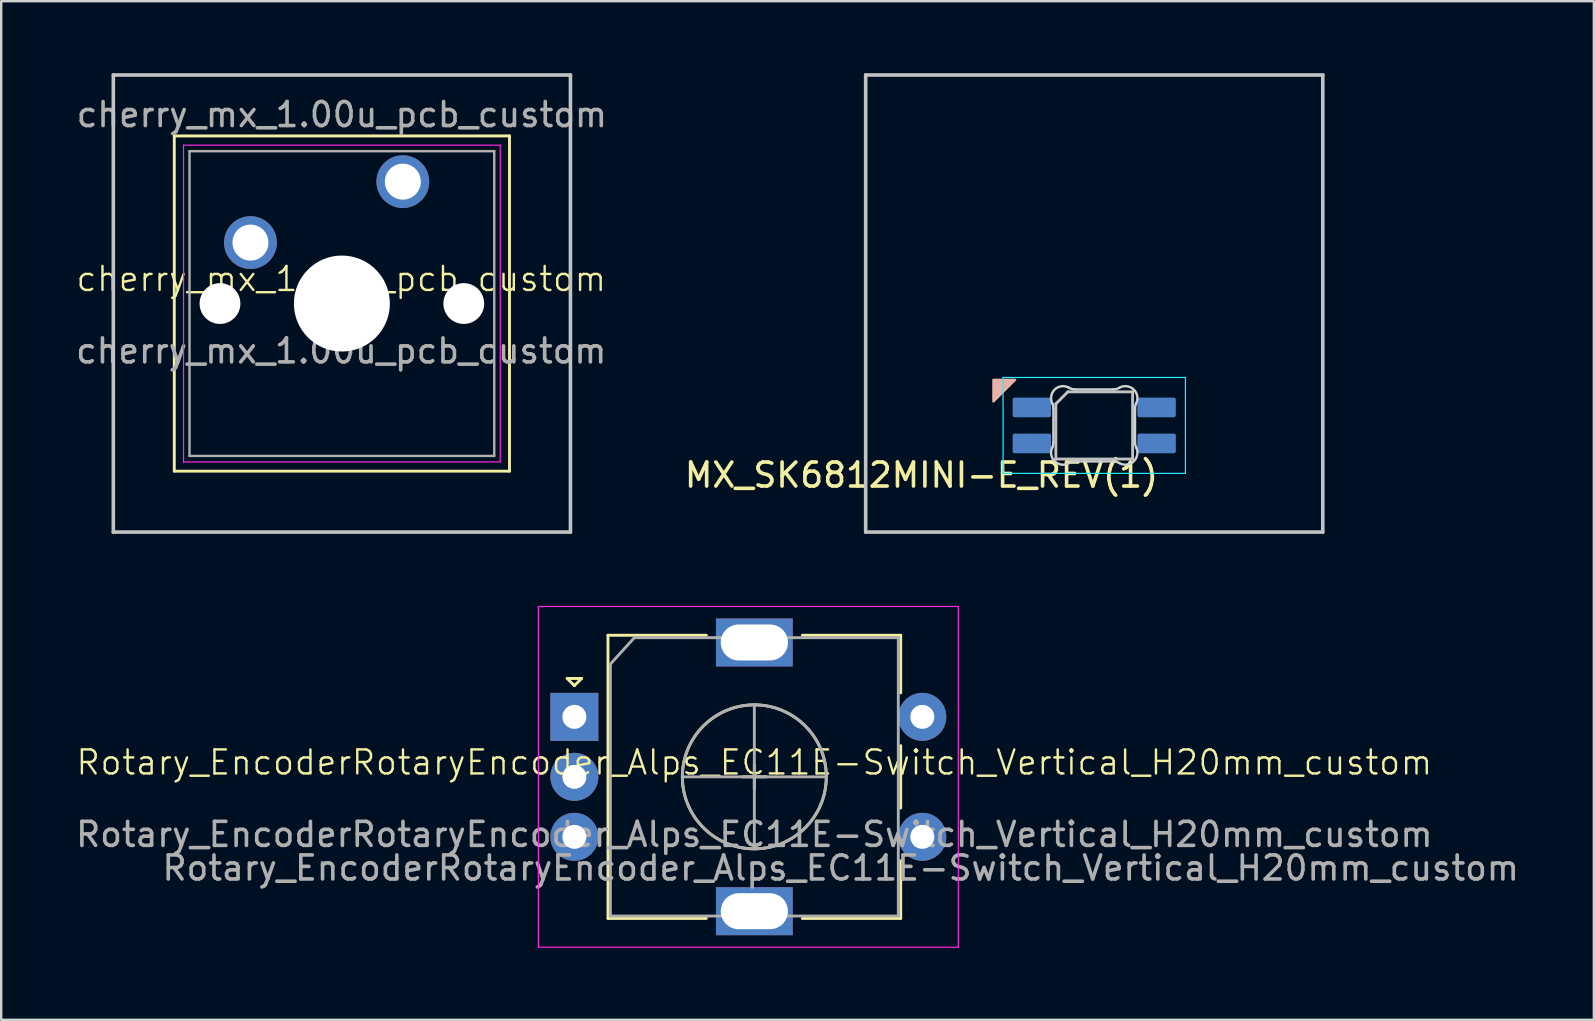
<source format=kicad_pcb>
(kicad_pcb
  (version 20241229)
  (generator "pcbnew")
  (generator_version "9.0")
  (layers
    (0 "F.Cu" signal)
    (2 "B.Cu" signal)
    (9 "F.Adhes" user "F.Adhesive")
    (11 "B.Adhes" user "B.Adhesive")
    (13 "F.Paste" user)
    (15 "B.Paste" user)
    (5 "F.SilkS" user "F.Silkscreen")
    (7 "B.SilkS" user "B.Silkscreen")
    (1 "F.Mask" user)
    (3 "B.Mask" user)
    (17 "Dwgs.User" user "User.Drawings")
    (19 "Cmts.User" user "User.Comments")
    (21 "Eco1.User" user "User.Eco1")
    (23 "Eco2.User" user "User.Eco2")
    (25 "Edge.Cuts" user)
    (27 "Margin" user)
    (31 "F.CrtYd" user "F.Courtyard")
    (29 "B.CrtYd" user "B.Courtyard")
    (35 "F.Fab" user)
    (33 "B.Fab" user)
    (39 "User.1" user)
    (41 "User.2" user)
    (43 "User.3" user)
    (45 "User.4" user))
  (footprint "cherry_mx_1.00u_pcb_custom"
    (layer "F.Cu")
    (at 11.173 9.575)
    (property "Reference" "cherry_mx_1.00u_pcb_custom" (at 0 -1 0) (unlocked yes) (layer "F.SilkS") (effects (font (size 1 1) (thickness 0.1))))
    (attr through_hole)
    (fp_line (start -6.96 -6.96) (end 7.01 -6.96) (stroke (width 0.12) (type solid)) (layer "F.SilkS"))
    (fp_line (start -6.96 7.01) (end -6.96 -6.96) (stroke (width 0.12) (type solid)) (layer "F.SilkS"))
    (fp_line (start 7.01 -6.96) (end 7.01 7.01) (stroke (width 0.12) (type solid)) (layer "F.SilkS"))
    (fp_line (start 7.01 7.01) (end -6.96 7.01) (stroke (width 0.12) (type solid)) (layer "F.SilkS"))
    (fp_line (start -9.5 -9.5) (end 9.55 -9.5) (stroke (width 0.15) (type solid)) (layer "Dwgs.User"))
    (fp_line (start -9.5 9.55) (end -9.5 -9.5) (stroke (width 0.15) (type solid)) (layer "Dwgs.User"))
    (fp_line (start 9.55 -9.5) (end 9.55 9.55) (stroke (width 0.15) (type solid)) (layer "Dwgs.User"))
    (fp_line (start 9.55 9.55) (end -9.5 9.55) (stroke (width 0.15) (type solid)) (layer "Dwgs.User"))
    (fp_line (start -6.575 -6.575) (end 6.625 -6.575) (stroke (width 0.05) (type solid)) (layer "F.CrtYd"))
    (fp_line (start -6.575 6.625) (end -6.575 -6.575) (stroke (width 0.05) (type solid)) (layer "F.CrtYd"))
    (fp_line (start 6.625 -6.575) (end 6.625 6.625) (stroke (width 0.05) (type solid)) (layer "F.CrtYd"))
    (fp_line (start 6.625 6.625) (end -6.575 6.625) (stroke (width 0.05) (type solid)) (layer "F.CrtYd"))
    (fp_line (start -6.325 -6.325) (end 6.375 -6.325) (stroke (width 0.1) (type solid)) (layer "F.Fab"))
    (fp_line (start -6.325 6.375) (end -6.325 -6.325) (stroke (width 0.1) (type solid)) (layer "F.Fab"))
    (fp_line (start 6.375 -6.325) (end 6.375 6.375) (stroke (width 0.1) (type solid)) (layer "F.Fab"))
    (fp_line (start 6.375 6.375) (end -6.325 6.375) (stroke (width 0.1) (type solid)) (layer "F.Fab"))
    (fp_text user "${REFERENCE}" (at 0 2 0) (unlocked yes) (layer "F.Fab") (effects (font (size 1 1) (thickness 0.15))))
    (fp_text user "${REFERENCE}" (at 0.025 -7.849 0) (layer "F.Fab") (effects (font (size 1 1) (thickness 0.15))))
    (pad "" np_thru_hole circle (at -5.055 0.025) (size 1.7 1.7) (drill 1.7) (layers "*.Cu" "*.Mask"))
    (pad "" np_thru_hole circle (at 0.025 0.025) (size 4 4) (drill 4) (layers "*.Cu" "*.Mask"))
    (pad "" np_thru_hole circle (at 5.105 0.025) (size 1.7 1.7) (drill 1.7) (layers "*.Cu" "*.Mask"))
    (pad "1" thru_hole circle (at 2.565 -5.055) (size 2.2 2.2) (drill 1.5) (layers "*.Cu" "*.Mask"))
    (pad "2" thru_hole circle (at -3.785 -2.515) (size 2.2 2.2) (drill 1.5) (layers "*.Cu" "*.Mask")))
  (footprint "Rotary_EncoderRotaryEncoder_Alps_EC11E-Switch_Vertical_H20mm_custom"
    (layer "F.Cu")
    (at 28.387 29.225)
    (property "Reference" "Rotary_EncoderRotaryEncoder_Alps_EC11E-Switch_Vertical_H20mm_custom" (at 0 -0.5 0) (unlocked yes) (layer "F.SilkS") (effects (font (size 1 1) (thickness 0.1))))
    (attr through_hole)
    (fp_line (start -7.8 -4) (end -7.2 -4) (stroke (width 0.12) (type solid)) (layer "F.SilkS"))
    (fp_line (start -7.5 -3.7) (end -7.8 -4) (stroke (width 0.12) (type solid)) (layer "F.SilkS"))
    (fp_line (start -7.2 -4) (end -7.5 -3.7) (stroke (width 0.12) (type solid)) (layer "F.SilkS"))
    (fp_line (start -6.1 -5.8) (end -6.1 6) (stroke (width 0.12) (type solid)) (layer "F.SilkS"))
    (fp_line (start -2 -5.8) (end -6.1 -5.8) (stroke (width 0.12) (type solid)) (layer "F.SilkS"))
    (fp_line (start -2 6) (end -6.1 6) (stroke (width 0.12) (type solid)) (layer "F.SilkS"))
    (fp_line (start -0.5 0.1) (end 0.5 0.1) (stroke (width 0.12) (type solid)) (layer "F.SilkS"))
    (fp_line (start 0 -0.4) (end 0 0.6) (stroke (width 0.12) (type solid)) (layer "F.SilkS"))
    (fp_line (start 2 -5.8) (end 6.1 -5.8) (stroke (width 0.12) (type solid)) (layer "F.SilkS"))
    (fp_line (start 6.1 -5.8) (end 6.1 -3.4) (stroke (width 0.12) (type solid)) (layer "F.SilkS"))
    (fp_line (start 6.1 -1.2) (end 6.1 1.4) (stroke (width 0.12) (type solid)) (layer "F.SilkS"))
    (fp_line (start 6.1 3.6) (end 6.1 6) (stroke (width 0.12) (type solid)) (layer "F.SilkS"))
    (fp_line (start 6.1 6) (end 2 6) (stroke (width 0.12) (type solid)) (layer "F.SilkS"))
    (fp_circle (center 0 0.1) (end 3 0.1) (stroke (width 0.12) (type solid)) (fill no) (layer "F.SilkS"))
    (fp_line (start -9 -7) (end -9 7.2) (stroke (width 0.05) (type solid)) (layer "F.CrtYd"))
    (fp_line (start -9 -7) (end 8.5 -7) (stroke (width 0.05) (type solid)) (layer "F.CrtYd"))
    (fp_line (start 8.5 7.2) (end -9 7.2) (stroke (width 0.05) (type solid)) (layer "F.CrtYd"))
    (fp_line (start 8.5 7.2) (end 8.5 -7) (stroke (width 0.05) (type solid)) (layer "F.CrtYd"))
    (fp_line (start -6 -4.6) (end -5 -5.7) (stroke (width 0.12) (type solid)) (layer "F.Fab"))
    (fp_line (start -6 5.9) (end -6 -4.6) (stroke (width 0.12) (type solid)) (layer "F.Fab"))
    (fp_line (start -5 -5.7) (end 6 -5.7) (stroke (width 0.12) (type solid)) (layer "F.Fab"))
    (fp_line (start -3 0.1) (end 3 0.1) (stroke (width 0.12) (type solid)) (layer "F.Fab"))
    (fp_line (start 0 -2.9) (end 0 3.1) (stroke (width 0.12) (type solid)) (layer "F.Fab"))
    (fp_line (start 6 -5.7) (end 6 5.9) (stroke (width 0.12) (type solid)) (layer "F.Fab"))
    (fp_line (start 6 5.9) (end -6 5.9) (stroke (width 0.12) (type solid)) (layer "F.Fab"))
    (fp_circle (center 0 0.1) (end 3 0.1) (stroke (width 0.12) (type solid)) (fill no) (layer "F.Fab"))
    (fp_text user "${REFERENCE}" (at 0 2.5 0) (unlocked yes) (layer "F.Fab") (effects (font (size 1 1) (thickness 0.15))))
    (fp_text user "${REFERENCE}" (at 3.6 3.9 0) (layer "F.Fab") (effects (font (size 1 1) (thickness 0.15))))
    (pad "A" thru_hole rect (at -7.5 -2.4) (size 2 2) (drill 1) (layers "*.Cu" "*.Mask"))
    (pad "B" thru_hole circle (at -7.5 2.6) (size 2 2) (drill 1) (layers "*.Cu" "*.Mask"))
    (pad "C" thru_hole circle (at -7.5 0.1) (size 2 2) (drill 1) (layers "*.Cu" "*.Mask"))
    (pad "MP" thru_hole rect (at 0 -5.5) (size 3.2 2) (drill oval 2.8 1.5) (layers "*.Cu" "*.Mask"))
    (pad "MP" thru_hole rect (at 0 5.7) (size 3.2 2) (drill oval 2.8 1.5) (layers "*.Cu" "*.Mask"))
    (pad "S1" thru_hole circle (at 7 2.6) (size 2 2) (drill 1) (layers "*.Cu" "*.Mask"))
    (pad "S2" thru_hole circle (at 7 -2.4) (size 2 2) (drill 1) (layers "*.Cu" "*.Mask")))
  (footprint "MX_SK6812MINI-E_REV(1)"
    (layer "F.Cu")
    (at 42.552 9.6)
    (property "Reference" "MX_SK6812MINI-E_REV(1)" (at -7.2 7.15 0) (layer "F.SilkS") (effects (font (size 1 1) (thickness 0.15))))
    (attr through_hole)
    (fp_poly (pts (xy -4.2 4.08) (xy -3.3 3.18) (xy -4.2 3.18)) (stroke (width 0.1) (type solid)) (fill yes) (layer "B.SilkS"))
    (fp_line (start -9.525 -9.525) (end 9.525 -9.525) (stroke (width 0.15) (type solid)) (layer "Dwgs.User"))
    (fp_line (start -9.525 9.525) (end -9.525 -9.525) (stroke (width 0.15) (type solid)) (layer "Dwgs.User"))
    (fp_line (start -1.6 4.18) (end -1.6 6.48) (stroke (width 0.12) (type solid)) (layer "Dwgs.User"))
    (fp_line (start -1.6 4.18) (end -1.1 3.68) (stroke (width 0.12) (type solid)) (layer "Dwgs.User"))
    (fp_line (start -1.6 6.48) (end 1.6 6.48) (stroke (width 0.12) (type solid)) (layer "Dwgs.User"))
    (fp_line (start 1.6 3.68) (end -1.1 3.68) (stroke (width 0.12) (type solid)) (layer "Dwgs.User"))
    (fp_line (start 1.6 6.48) (end 1.6 3.68) (stroke (width 0.12) (type solid)) (layer "Dwgs.User"))
    (fp_line (start 9.525 -9.525) (end 9.525 9.525) (stroke (width 0.15) (type solid)) (layer "Dwgs.User"))
    (fp_line (start 9.525 9.525) (end -9.525 9.525) (stroke (width 0.15) (type solid)) (layer "Dwgs.User"))
    (fp_line (start -1.7 5.783) (end -1.7 4.377) (stroke (width 0.1) (type solid)) (layer "Edge.Cuts"))
    (fp_line (start -0.794 3.58) (end 0.794 3.58) (stroke (width 0.1) (type solid)) (layer "Edge.Cuts"))
    (fp_line (start 0.794 6.58) (end -0.794 6.58) (stroke (width 0.1) (type solid)) (layer "Edge.Cuts"))
    (fp_line (start 1.7 4.377) (end 1.7 5.783) (stroke (width 0.1) (type solid)) (layer "Edge.Cuts"))
    (fp_arc (start -1.749484 4.16028) (mid -1.712527 4.265932) (end -1.699999 4.377158) (stroke (width 0.1) (type solid)) (layer "Edge.Cuts"))
    (fp_arc (start -1.749484 4.160281) (mid -1.638072 3.575965) (end -1.046711 3.511701) (stroke (width 0.1) (type solid)) (layer "Edge.Cuts"))
    (fp_arc (start -1.699999 5.782843) (mid -1.712527 5.894068) (end -1.749484 5.99972) (stroke (width 0.1) (type solid)) (layer "Edge.Cuts"))
    (fp_arc (start -1.046711 6.648298) (mid -1.638071 6.584034) (end -1.749484 5.99972) (stroke (width 0.1) (type solid)) (layer "Edge.Cuts"))
    (fp_arc (start -1.046711 6.648298) (mid -0.925123 6.597376) (end -0.794453 6.579999) (stroke (width 0.1) (type solid)) (layer "Edge.Cuts"))
    (fp_arc (start -0.794452 3.58) (mid -0.925123 3.562623) (end -1.046711 3.511701) (stroke (width 0.1) (type solid)) (layer "Edge.Cuts"))
    (fp_arc (start 0.794453 6.58) (mid 0.925123 6.597377) (end 1.046711 6.648299) (stroke (width 0.1) (type solid)) (layer "Edge.Cuts"))
    (fp_arc (start 1.04671 3.511701) (mid 0.925122 3.562623) (end 0.794452 3.58) (stroke (width 0.1) (type solid)) (layer "Edge.Cuts"))
    (fp_arc (start 1.046711 3.511703) (mid 1.63807 3.575966) (end 1.749484 4.16028) (stroke (width 0.1) (type solid)) (layer "Edge.Cuts"))
    (fp_arc (start 1.699999 4.377157) (mid 1.712527 4.265932) (end 1.749484 4.16028) (stroke (width 0.1) (type solid)) (layer "Edge.Cuts"))
    (fp_arc (start 1.749484 5.99972) (mid 1.638071 6.584035) (end 1.046711 6.648299) (stroke (width 0.1) (type solid)) (layer "Edge.Cuts"))
    (fp_arc (start 1.749484 5.99972) (mid 1.712527 5.894068) (end 1.699999 5.782842) (stroke (width 0.1) (type solid)) (layer "Edge.Cuts"))
    (fp_line (start -3.8 3.08) (end -3.8 7.08) (stroke (width 0.05) (type solid)) (layer "B.CrtYd"))
    (fp_line (start -3.8 7.08) (end 3.8 7.08) (stroke (width 0.05) (type solid)) (layer "B.CrtYd"))
    (fp_line (start 3.8 3.08) (end -3.8 3.08) (stroke (width 0.05) (type solid)) (layer "B.CrtYd"))
    (fp_line (start 3.8 7.08) (end 3.8 3.08) (stroke (width 0.05) (type solid)) (layer "B.CrtYd"))
    (pad "1" smd roundrect (at 2.6 5.83 90) (size 0.82 1.6) (layers "B.Cu" "B.Mask" "B.Paste") (roundrect_rratio 0.1))
    (pad "2" smd roundrect (at 2.6 4.33 90) (size 0.82 1.6) (layers "B.Cu" "B.Mask" "B.Paste") (roundrect_rratio 0.1))
    (pad "3" smd roundrect (at -2.6 4.33 90) (size 0.82 1.6) (layers "B.Cu" "B.Mask" "B.Paste") (roundrect_rratio 0.1))
    (pad "4" smd roundrect (at -2.6 5.83 90) (size 0.82 1.6) (layers "B.Cu" "B.Mask" "B.Paste") (roundrect_rratio 0.1)))
  (gr_rect
    (start -3 -3)
    (end 63.374 39.45)
    (stroke (width 0.1) (type default))
    (fill no)
    (layer "Edge.Cuts")))
</source>
